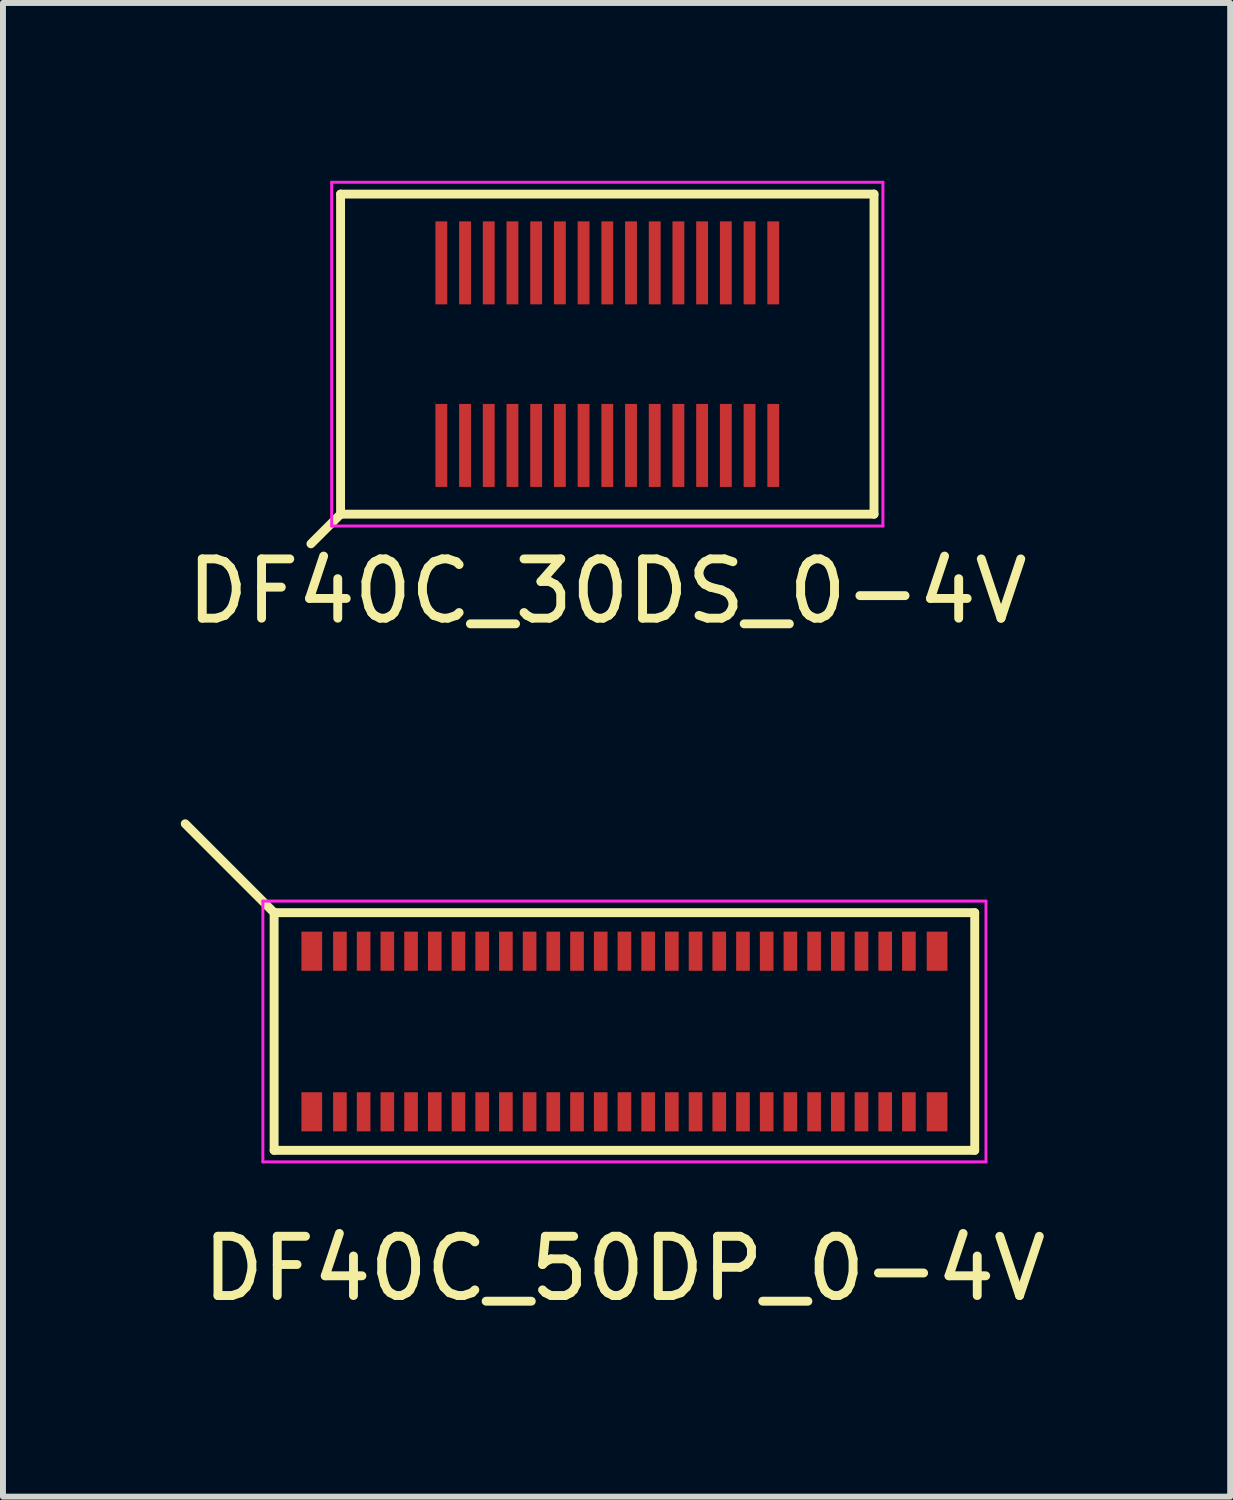
<source format=kicad_pcb>
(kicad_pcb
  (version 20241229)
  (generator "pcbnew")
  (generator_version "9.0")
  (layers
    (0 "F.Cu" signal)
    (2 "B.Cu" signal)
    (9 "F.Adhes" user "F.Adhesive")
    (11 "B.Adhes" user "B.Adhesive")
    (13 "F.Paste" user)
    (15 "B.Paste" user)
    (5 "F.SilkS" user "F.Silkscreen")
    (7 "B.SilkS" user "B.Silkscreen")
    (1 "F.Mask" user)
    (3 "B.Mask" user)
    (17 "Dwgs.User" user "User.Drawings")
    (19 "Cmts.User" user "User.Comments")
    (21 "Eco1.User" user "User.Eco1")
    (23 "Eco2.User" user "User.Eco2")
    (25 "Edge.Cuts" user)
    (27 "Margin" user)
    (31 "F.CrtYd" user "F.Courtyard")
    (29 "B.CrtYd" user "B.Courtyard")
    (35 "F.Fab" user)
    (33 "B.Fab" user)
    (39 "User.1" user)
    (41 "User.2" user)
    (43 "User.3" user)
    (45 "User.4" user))
  (footprint "DF40C_30DS_0-4V"
    (layer "F.Cu")
    (at 7.196 2.925)
    (property "Reference" "DF40C_30DS_0-4V" (at 0 4 0) (layer "F.SilkS") (effects (font (size 1 1) (thickness 0.15))))
    (attr smd)
    (fp_line (start -4.5 -2.7) (end -4.5 2.7) (stroke (width 0.15) (type solid)) (layer "F.SilkS"))
    (fp_line (start -4.5 -2.7) (end 4.5 -2.7) (stroke (width 0.15) (type solid)) (layer "F.SilkS"))
    (fp_line (start -4.5 2.7) (end -5 3.2) (stroke (width 0.15) (type solid)) (layer "F.SilkS"))
    (fp_line (start 4.5 2.7) (end -4.5 2.7) (stroke (width 0.15) (type solid)) (layer "F.SilkS"))
    (fp_line (start 4.5 2.7) (end 4.5 -2.7) (stroke (width 0.15) (type solid)) (layer "F.SilkS"))
    (fp_line (start -4.65 -2.9) (end -4.65 2.9) (stroke (width 0.05) (type solid)) (layer "F.CrtYd"))
    (fp_line (start -4.65 -2.9) (end 4.65 -2.9) (stroke (width 0.05) (type solid)) (layer "F.CrtYd"))
    (fp_line (start 4.65 2.9) (end -4.65 2.9) (stroke (width 0.05) (type solid)) (layer "F.CrtYd"))
    (fp_line (start 4.65 2.9) (end 4.65 -2.9) (stroke (width 0.05) (type solid)) (layer "F.CrtYd"))
    (pad "1" smd rect (at -2.8 1.54) (size 0.2 1.4) (layers "F.Cu" "F.Mask" "F.Paste"))
    (pad "2" smd rect (at -2.8 -1.54) (size 0.2 1.4) (layers "F.Cu" "F.Mask" "F.Paste"))
    (pad "3" smd rect (at -2.4 1.54) (size 0.2 1.4) (layers "F.Cu" "F.Mask" "F.Paste"))
    (pad "4" smd rect (at -2.4 -1.54) (size 0.2 1.4) (layers "F.Cu" "F.Mask" "F.Paste"))
    (pad "5" smd rect (at -2 1.54) (size 0.2 1.4) (layers "F.Cu" "F.Mask" "F.Paste"))
    (pad "6" smd rect (at -2 -1.54) (size 0.2 1.4) (layers "F.Cu" "F.Mask" "F.Paste"))
    (pad "7" smd rect (at -1.6 1.54) (size 0.2 1.4) (layers "F.Cu" "F.Mask" "F.Paste"))
    (pad "8" smd rect (at -1.6 -1.54) (size 0.2 1.4) (layers "F.Cu" "F.Mask" "F.Paste"))
    (pad "9" smd rect (at -1.2 1.54) (size 0.2 1.4) (layers "F.Cu" "F.Mask" "F.Paste"))
    (pad "10" smd rect (at -1.2 -1.54) (size 0.2 1.4) (layers "F.Cu" "F.Mask" "F.Paste"))
    (pad "11" smd rect (at -0.8 1.54) (size 0.2 1.4) (layers "F.Cu" "F.Mask" "F.Paste"))
    (pad "12" smd rect (at -0.8 -1.54) (size 0.2 1.4) (layers "F.Cu" "F.Mask" "F.Paste"))
    (pad "13" smd rect (at -0.4 1.54) (size 0.2 1.4) (layers "F.Cu" "F.Mask" "F.Paste"))
    (pad "14" smd rect (at -0.4 -1.54) (size 0.2 1.4) (layers "F.Cu" "F.Mask" "F.Paste"))
    (pad "15" smd rect (at 0 1.54) (size 0.2 1.4) (layers "F.Cu" "F.Mask" "F.Paste"))
    (pad "16" smd rect (at 0 -1.54) (size 0.2 1.4) (layers "F.Cu" "F.Mask" "F.Paste"))
    (pad "17" smd rect (at 0.4 1.54) (size 0.2 1.4) (layers "F.Cu" "F.Mask" "F.Paste"))
    (pad "18" smd rect (at 0.4 -1.54) (size 0.2 1.4) (layers "F.Cu" "F.Mask" "F.Paste"))
    (pad "19" smd rect (at 0.8 1.54) (size 0.2 1.4) (layers "F.Cu" "F.Mask" "F.Paste"))
    (pad "20" smd rect (at 0.8 -1.54) (size 0.2 1.4) (layers "F.Cu" "F.Mask" "F.Paste"))
    (pad "21" smd rect (at 1.2 1.54) (size 0.2 1.4) (layers "F.Cu" "F.Mask" "F.Paste"))
    (pad "22" smd rect (at 1.2 -1.54) (size 0.2 1.4) (layers "F.Cu" "F.Mask" "F.Paste"))
    (pad "23" smd rect (at 1.6 1.54) (size 0.2 1.4) (layers "F.Cu" "F.Mask" "F.Paste"))
    (pad "24" smd rect (at 1.6 -1.54) (size 0.2 1.4) (layers "F.Cu" "F.Mask" "F.Paste"))
    (pad "25" smd rect (at 2 1.54) (size 0.2 1.4) (layers "F.Cu" "F.Mask" "F.Paste"))
    (pad "26" smd rect (at 2 -1.54) (size 0.2 1.4) (layers "F.Cu" "F.Mask" "F.Paste"))
    (pad "27" smd rect (at 2.4 1.54) (size 0.2 1.4) (layers "F.Cu" "F.Mask" "F.Paste"))
    (pad "28" smd rect (at 2.4 -1.54) (size 0.2 1.4) (layers "F.Cu" "F.Mask" "F.Paste"))
    (pad "29" smd rect (at 2.8 1.54) (size 0.2 1.4) (layers "F.Cu" "F.Mask" "F.Paste"))
    (pad "30" smd rect (at 2.8 -1.54) (size 0.2 1.4) (layers "F.Cu" "F.Mask" "F.Paste")))
  (footprint "DF40C_50DP_0-4V"
    (layer "F.Cu")
    (at 7.485 14.353)
    (property "Reference" "DF40C_50DP_0-4V" (at 0 4 0) (layer "F.SilkS") (effects (font (size 1 1) (thickness 0.15))))
    (attr smd)
    (fp_line (start -5.91 -2.005) (end -7.41 -3.505) (stroke (width 0.15) (type solid)) (layer "F.SilkS"))
    (fp_line (start -5.91 -2.005) (end -5.91 2.005) (stroke (width 0.15) (type solid)) (layer "F.SilkS"))
    (fp_line (start -5.91 -2.005) (end 5.91 -2.005) (stroke (width 0.15) (type solid)) (layer "F.SilkS"))
    (fp_line (start 5.91 2.005) (end -5.91 2.005) (stroke (width 0.15) (type solid)) (layer "F.SilkS"))
    (fp_line (start 5.91 2.005) (end 5.91 -2.005) (stroke (width 0.15) (type solid)) (layer "F.SilkS"))
    (fp_line (start -6.1 -2.2) (end -6.1 2.2) (stroke (width 0.05) (type solid)) (layer "F.CrtYd"))
    (fp_line (start -6.1 -2.2) (end 6.1 -2.2) (stroke (width 0.05) (type solid)) (layer "F.CrtYd"))
    (fp_line (start 6.1 2.2) (end -6.1 2.2) (stroke (width 0.05) (type solid)) (layer "F.CrtYd"))
    (fp_line (start 6.1 2.2) (end 6.1 -2.2) (stroke (width 0.05) (type solid)) (layer "F.CrtYd"))
    (pad "1" smd rect (at -4.8 1.355) (size 0.23 0.66) (layers "F.Cu" "F.Mask" "F.Paste"))
    (pad "2" smd rect (at -4.8 -1.355) (size 0.23 0.66) (layers "F.Cu" "F.Mask" "F.Paste"))
    (pad "3" smd rect (at -4.4 1.355) (size 0.23 0.66) (layers "F.Cu" "F.Mask" "F.Paste"))
    (pad "4" smd rect (at -4.4 -1.355) (size 0.23 0.66) (layers "F.Cu" "F.Mask" "F.Paste"))
    (pad "5" smd rect (at -4 1.355) (size 0.23 0.66) (layers "F.Cu" "F.Mask" "F.Paste"))
    (pad "6" smd rect (at -4 -1.355) (size 0.23 0.66) (layers "F.Cu" "F.Mask" "F.Paste"))
    (pad "7" smd rect (at -3.6 1.355) (size 0.23 0.66) (layers "F.Cu" "F.Mask" "F.Paste"))
    (pad "8" smd rect (at -3.6 -1.355) (size 0.23 0.66) (layers "F.Cu" "F.Mask" "F.Paste"))
    (pad "9" smd rect (at -3.2 1.355) (size 0.23 0.66) (layers "F.Cu" "F.Mask" "F.Paste"))
    (pad "10" smd rect (at -3.2 -1.355) (size 0.23 0.66) (layers "F.Cu" "F.Mask" "F.Paste"))
    (pad "11" smd rect (at -2.8 1.355) (size 0.23 0.66) (layers "F.Cu" "F.Mask" "F.Paste"))
    (pad "12" smd rect (at -2.8 -1.355) (size 0.23 0.66) (layers "F.Cu" "F.Mask" "F.Paste"))
    (pad "13" smd rect (at -2.4 1.355) (size 0.23 0.66) (layers "F.Cu" "F.Mask" "F.Paste"))
    (pad "14" smd rect (at -2.4 -1.355) (size 0.23 0.66) (layers "F.Cu" "F.Mask" "F.Paste"))
    (pad "15" smd rect (at -2 1.355) (size 0.23 0.66) (layers "F.Cu" "F.Mask" "F.Paste"))
    (pad "16" smd rect (at -2 -1.355) (size 0.23 0.66) (layers "F.Cu" "F.Mask" "F.Paste"))
    (pad "17" smd rect (at -1.6 1.355) (size 0.23 0.66) (layers "F.Cu" "F.Mask" "F.Paste"))
    (pad "18" smd rect (at -1.6 -1.355) (size 0.23 0.66) (layers "F.Cu" "F.Mask" "F.Paste"))
    (pad "19" smd rect (at -1.2 1.355) (size 0.23 0.66) (layers "F.Cu" "F.Mask" "F.Paste"))
    (pad "20" smd rect (at -1.2 -1.355) (size 0.23 0.66) (layers "F.Cu" "F.Mask" "F.Paste"))
    (pad "21" smd rect (at -0.8 1.355) (size 0.23 0.66) (layers "F.Cu" "F.Mask" "F.Paste"))
    (pad "22" smd rect (at -0.8 -1.355) (size 0.23 0.66) (layers "F.Cu" "F.Mask" "F.Paste"))
    (pad "23" smd rect (at -0.4 1.355) (size 0.23 0.66) (layers "F.Cu" "F.Mask" "F.Paste"))
    (pad "24" smd rect (at -0.4 -1.355) (size 0.23 0.66) (layers "F.Cu" "F.Mask" "F.Paste"))
    (pad "25" smd rect (at 0 1.355) (size 0.23 0.66) (layers "F.Cu" "F.Mask" "F.Paste"))
    (pad "26" smd rect (at 0 -1.355) (size 0.23 0.66) (layers "F.Cu" "F.Mask" "F.Paste"))
    (pad "27" smd rect (at 0.4 1.355) (size 0.23 0.66) (layers "F.Cu" "F.Mask" "F.Paste"))
    (pad "28" smd rect (at 0.4 -1.355) (size 0.23 0.66) (layers "F.Cu" "F.Mask" "F.Paste"))
    (pad "29" smd rect (at 0.8 1.355) (size 0.23 0.66) (layers "F.Cu" "F.Mask" "F.Paste"))
    (pad "30" smd rect (at 0.8 -1.355) (size 0.23 0.66) (layers "F.Cu" "F.Mask" "F.Paste"))
    (pad "31" smd rect (at 1.2 1.355) (size 0.23 0.66) (layers "F.Cu" "F.Mask" "F.Paste"))
    (pad "32" smd rect (at 1.2 -1.355) (size 0.23 0.66) (layers "F.Cu" "F.Mask" "F.Paste"))
    (pad "33" smd rect (at 1.6 1.355) (size 0.23 0.66) (layers "F.Cu" "F.Mask" "F.Paste"))
    (pad "34" smd rect (at 1.6 -1.355) (size 0.23 0.66) (layers "F.Cu" "F.Mask" "F.Paste"))
    (pad "35" smd rect (at 2 1.355) (size 0.23 0.66) (layers "F.Cu" "F.Mask" "F.Paste"))
    (pad "36" smd rect (at 2 -1.355) (size 0.23 0.66) (layers "F.Cu" "F.Mask" "F.Paste"))
    (pad "37" smd rect (at 2.4 1.355) (size 0.23 0.66) (layers "F.Cu" "F.Mask" "F.Paste"))
    (pad "38" smd rect (at 2.4 -1.355) (size 0.23 0.66) (layers "F.Cu" "F.Mask" "F.Paste"))
    (pad "39" smd rect (at 2.8 1.355) (size 0.23 0.66) (layers "F.Cu" "F.Mask" "F.Paste"))
    (pad "40" smd rect (at 2.8 -1.355) (size 0.23 0.66) (layers "F.Cu" "F.Mask" "F.Paste"))
    (pad "41" smd rect (at 3.2 1.355) (size 0.23 0.66) (layers "F.Cu" "F.Mask" "F.Paste"))
    (pad "42" smd rect (at 3.2 -1.355) (size 0.23 0.66) (layers "F.Cu" "F.Mask" "F.Paste"))
    (pad "43" smd rect (at 3.6 1.355) (size 0.23 0.66) (layers "F.Cu" "F.Mask" "F.Paste"))
    (pad "44" smd rect (at 3.6 -1.355) (size 0.23 0.66) (layers "F.Cu" "F.Mask" "F.Paste"))
    (pad "45" smd rect (at 4 1.355) (size 0.23 0.66) (layers "F.Cu" "F.Mask" "F.Paste"))
    (pad "46" smd rect (at 4 -1.355) (size 0.23 0.66) (layers "F.Cu" "F.Mask" "F.Paste"))
    (pad "47" smd rect (at 4.4 1.355) (size 0.23 0.66) (layers "F.Cu" "F.Mask" "F.Paste"))
    (pad "48" smd rect (at 4.4 -1.355) (size 0.23 0.66) (layers "F.Cu" "F.Mask" "F.Paste"))
    (pad "49" smd rect (at 4.8 1.355) (size 0.23 0.66) (layers "F.Cu" "F.Mask" "F.Paste"))
    (pad "50" smd rect (at 4.8 -1.355) (size 0.23 0.66) (layers "F.Cu" "F.Mask" "F.Paste"))
    (pad "GND" smd rect (at -5.275 -1.355) (size 0.35 0.66) (layers "F.Cu" "F.Mask" "F.Paste"))
    (pad "GND" smd rect (at -5.275 1.355) (size 0.35 0.66) (layers "F.Cu" "F.Mask" "F.Paste"))
    (pad "GND" smd rect (at 5.275 -1.355) (size 0.35 0.66) (layers "F.Cu" "F.Mask" "F.Paste"))
    (pad "GND" smd rect (at 5.275 1.355) (size 0.35 0.66) (layers "F.Cu" "F.Mask" "F.Paste")))
  (gr_rect
    (start -3 -3)
    (end 17.705 22.201)
    (stroke (width 0.1) (type default))
    (fill no)
    (layer "Edge.Cuts")))
</source>
